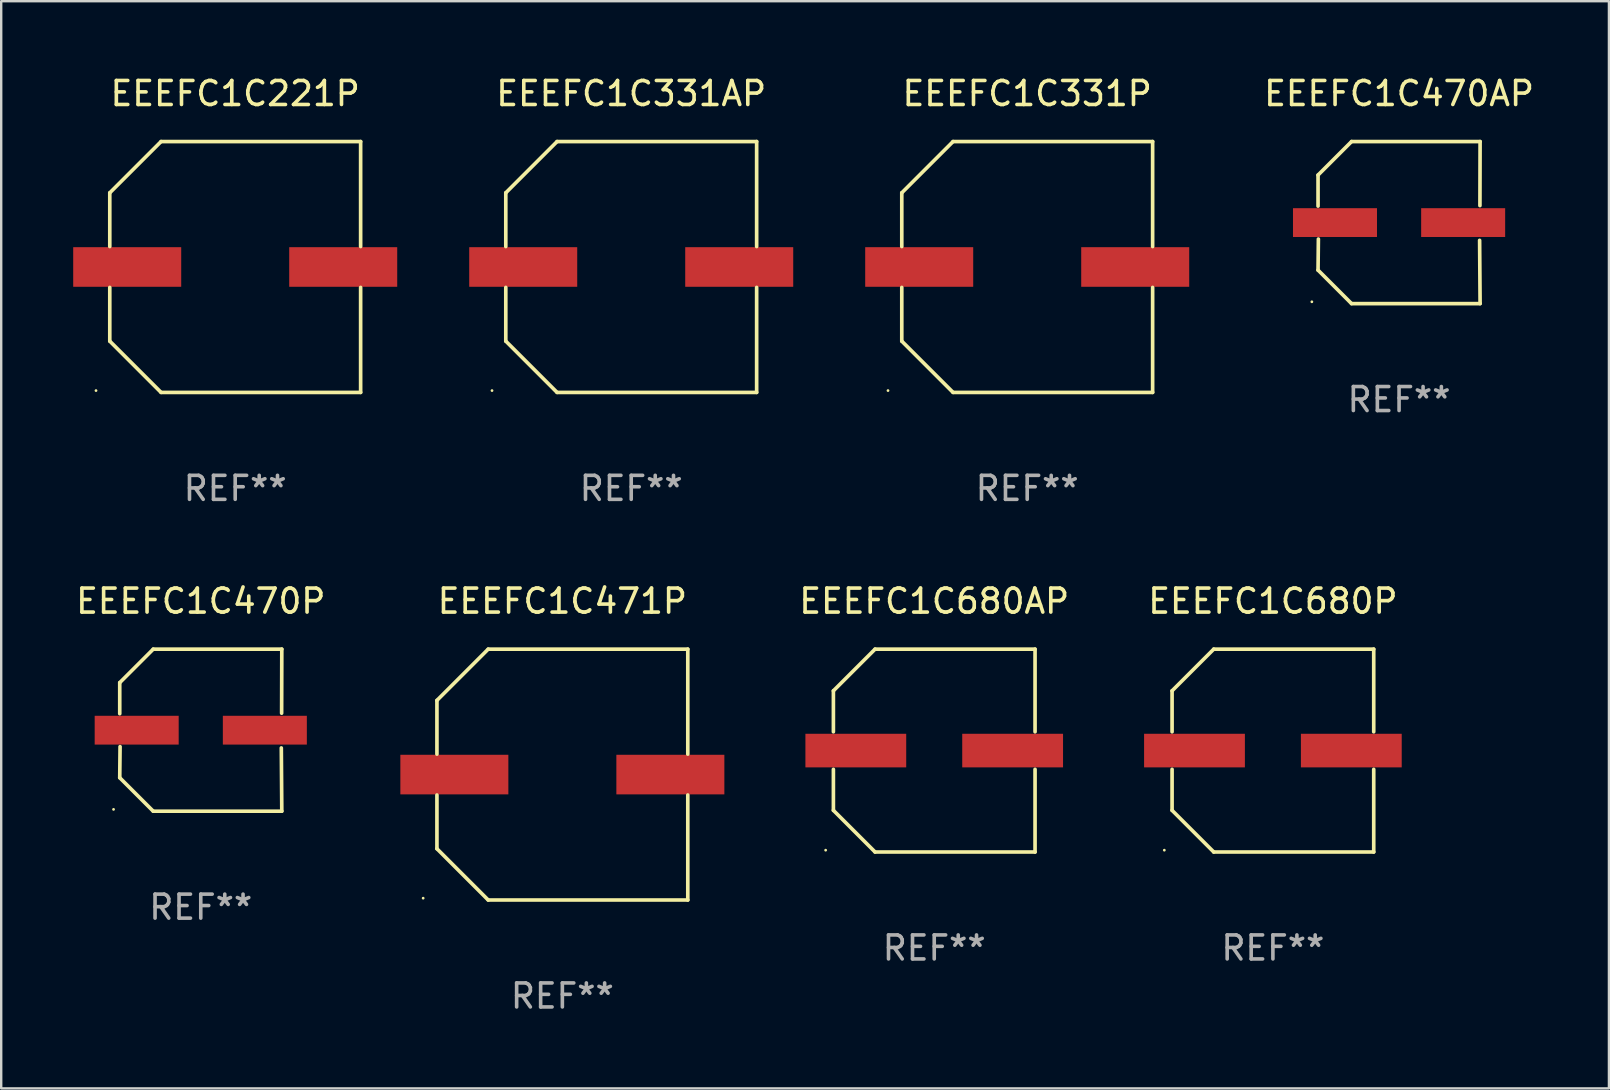
<source format=kicad_pcb>
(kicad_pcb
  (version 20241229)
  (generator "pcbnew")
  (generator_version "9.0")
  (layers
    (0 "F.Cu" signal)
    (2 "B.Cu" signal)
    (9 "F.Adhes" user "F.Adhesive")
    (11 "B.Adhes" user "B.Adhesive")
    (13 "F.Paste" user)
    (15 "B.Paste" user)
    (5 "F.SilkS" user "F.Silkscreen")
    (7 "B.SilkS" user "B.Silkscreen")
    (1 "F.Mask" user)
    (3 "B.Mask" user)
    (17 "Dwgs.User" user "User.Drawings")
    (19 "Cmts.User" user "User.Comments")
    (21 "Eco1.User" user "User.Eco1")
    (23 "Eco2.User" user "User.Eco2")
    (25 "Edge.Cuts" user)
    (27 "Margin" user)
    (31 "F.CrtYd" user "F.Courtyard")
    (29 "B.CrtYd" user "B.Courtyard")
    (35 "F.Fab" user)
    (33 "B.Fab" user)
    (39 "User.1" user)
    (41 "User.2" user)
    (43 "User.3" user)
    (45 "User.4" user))
  (footprint "EEEFC1C331P"
    (layer "F.Cu")
    (at 39.749 8.074)
    (property "Reference" "EEEFC1C331P" (at 0 -7.226 0) (layer "F.SilkS") (effects (font (size 1 1) (thickness 0.15))))
    (attr through_hole)
    (fp_line (start -5.226 -3.09) (end -5.226 -0.852) (stroke (width 0.152) (type solid)) (layer "F.SilkS"))
    (fp_line (start -5.226 3.09) (end -5.226 0.852) (stroke (width 0.152) (type solid)) (layer "F.SilkS"))
    (fp_line (start -3.09 -5.226) (end -5.226 -3.09) (stroke (width 0.152) (type solid)) (layer "F.SilkS"))
    (fp_line (start -3.09 5.226) (end -5.226 3.09) (stroke (width 0.152) (type solid)) (layer "F.SilkS"))
    (fp_line (start 5.226 -5.226) (end -3.09 -5.226) (stroke (width 0.152) (type solid)) (layer "F.SilkS"))
    (fp_line (start 5.226 -0.852) (end 5.226 -5.226) (stroke (width 0.152) (type solid)) (layer "F.SilkS"))
    (fp_line (start 5.226 0.852) (end 5.226 5.226) (stroke (width 0.152) (type solid)) (layer "F.SilkS"))
    (fp_line (start 5.226 5.226) (end -3.09 5.226) (stroke (width 0.152) (type solid)) (layer "F.SilkS"))
    (fp_circle (center -5.8 5.15) (end -5.77 5.15) (stroke (width 0.06) (type solid)) (fill no) (layer "F.SilkS"))
    (fp_text user "REF**" (at 0 9.226 0) (layer "F.Fab") (effects (font (size 1 1) (thickness 0.15))))
    (pad "1" smd rect (at -4.5 0) (size 4.5 1.65) (layers "F.Cu" "F.Mask" "F.Paste"))
    (pad "2" smd rect (at 4.5 0) (size 4.5 1.65) (layers "F.Cu" "F.Mask" "F.Paste")))
  (footprint "EEEFC1C471P"
    (layer "F.Cu")
    (at 20.381 29.223)
    (property "Reference" "EEEFC1C471P" (at 0 -7.226 0) (layer "F.SilkS") (effects (font (size 1 1) (thickness 0.15))))
    (attr through_hole)
    (fp_line (start -5.226 -3.09) (end -5.226 -0.852) (stroke (width 0.152) (type solid)) (layer "F.SilkS"))
    (fp_line (start -5.226 3.09) (end -5.226 0.852) (stroke (width 0.152) (type solid)) (layer "F.SilkS"))
    (fp_line (start -3.09 -5.226) (end -5.226 -3.09) (stroke (width 0.152) (type solid)) (layer "F.SilkS"))
    (fp_line (start -3.09 5.226) (end -5.226 3.09) (stroke (width 0.152) (type solid)) (layer "F.SilkS"))
    (fp_line (start 5.226 -5.226) (end -3.09 -5.226) (stroke (width 0.152) (type solid)) (layer "F.SilkS"))
    (fp_line (start 5.226 -0.852) (end 5.226 -5.226) (stroke (width 0.152) (type solid)) (layer "F.SilkS"))
    (fp_line (start 5.226 0.852) (end 5.226 5.226) (stroke (width 0.152) (type solid)) (layer "F.SilkS"))
    (fp_line (start 5.226 5.226) (end -3.09 5.226) (stroke (width 0.152) (type solid)) (layer "F.SilkS"))
    (fp_circle (center -5.8 5.15) (end -5.77 5.15) (stroke (width 0.06) (type solid)) (fill no) (layer "F.SilkS"))
    (fp_text user "REF**" (at 0 9.226 0) (layer "F.Fab") (effects (font (size 1 1) (thickness 0.15))))
    (pad "1" smd rect (at -4.5 0) (size 4.5 1.65) (layers "F.Cu" "F.Mask" "F.Paste"))
    (pad "2" smd rect (at 4.5 0) (size 4.5 1.65) (layers "F.Cu" "F.Mask" "F.Paste")))
  (footprint "EEEFC1C470AP"
    (layer "F.Cu")
    (at 55.243 6.224)
    (property "Reference" "EEEFC1C470AP" (at 0 -5.376 0) (layer "F.SilkS") (effects (font (size 1 1) (thickness 0.15))))
    (attr through_hole)
    (fp_line (start -3.376 -1.98) (end -3.376 -0.686) (stroke (width 0.152) (type solid)) (layer "F.SilkS"))
    (fp_line (start -3.376 1.981) (end -3.362 0.686) (stroke (width 0.152) (type solid)) (layer "F.SilkS"))
    (fp_line (start -1.981 3.376) (end -3.376 1.981) (stroke (width 0.152) (type solid)) (layer "F.SilkS"))
    (fp_line (start -1.98 -3.376) (end -3.376 -1.98) (stroke (width 0.152) (type solid)) (layer "F.SilkS"))
    (fp_line (start 3.356 0.74) (end 3.376 3.376) (stroke (width 0.152) (type solid)) (layer "F.SilkS"))
    (fp_line (start 3.369 -0.707) (end 3.376 -3.376) (stroke (width 0.152) (type solid)) (layer "F.SilkS"))
    (fp_line (start 3.376 3.376) (end -1.981 3.376) (stroke (width 0.152) (type solid)) (layer "F.SilkS"))
    (fp_line (start 3.376 -3.376) (end -1.98 -3.376) (stroke (width 0.152) (type solid)) (layer "F.SilkS"))
    (fp_circle (center -3.634 3.3) (end -3.604 3.3) (stroke (width 0.06) (type solid)) (fill no) (layer "F.SilkS"))
    (fp_text user "REF**" (at 0 7.376 0) (layer "F.Fab") (effects (font (size 1 1) (thickness 0.15))))
    (pad "1" smd rect (at -2.67 0.000254) (size 3.5 1.2) (layers "F.Cu" "F.Mask" "F.Paste"))
    (pad "2" smd rect (at 2.67 0.000254) (size 3.5 1.2) (layers "F.Cu" "F.Mask" "F.Paste")))
  (footprint "EEEFC1C331AP"
    (layer "F.Cu")
    (at 23.25 8.074)
    (property "Reference" "EEEFC1C331AP" (at 0 -7.226 0) (layer "F.SilkS") (effects (font (size 1 1) (thickness 0.15))))
    (attr through_hole)
    (fp_line (start -5.226 -3.09) (end -5.226 -0.852) (stroke (width 0.152) (type solid)) (layer "F.SilkS"))
    (fp_line (start -5.226 3.09) (end -5.226 0.852) (stroke (width 0.152) (type solid)) (layer "F.SilkS"))
    (fp_line (start -3.09 -5.226) (end -5.226 -3.09) (stroke (width 0.152) (type solid)) (layer "F.SilkS"))
    (fp_line (start -3.09 5.226) (end -5.226 3.09) (stroke (width 0.152) (type solid)) (layer "F.SilkS"))
    (fp_line (start 5.226 -5.226) (end -3.09 -5.226) (stroke (width 0.152) (type solid)) (layer "F.SilkS"))
    (fp_line (start 5.226 -0.852) (end 5.226 -5.226) (stroke (width 0.152) (type solid)) (layer "F.SilkS"))
    (fp_line (start 5.226 0.852) (end 5.226 5.226) (stroke (width 0.152) (type solid)) (layer "F.SilkS"))
    (fp_line (start 5.226 5.226) (end -3.09 5.226) (stroke (width 0.152) (type solid)) (layer "F.SilkS"))
    (fp_circle (center -5.8 5.15) (end -5.77 5.15) (stroke (width 0.06) (type solid)) (fill no) (layer "F.SilkS"))
    (fp_text user "REF**" (at 0 9.226 0) (layer "F.Fab") (effects (font (size 1 1) (thickness 0.15))))
    (pad "1" smd rect (at -4.5 0) (size 4.5 1.65) (layers "F.Cu" "F.Mask" "F.Paste"))
    (pad "2" smd rect (at 4.5 0) (size 4.5 1.65) (layers "F.Cu" "F.Mask" "F.Paste")))
  (footprint "EEEFC1C221P"
    (layer "F.Cu")
    (at 6.75 8.074)
    (property "Reference" "EEEFC1C221P" (at 0 -7.226 0) (layer "F.SilkS") (effects (font (size 1 1) (thickness 0.15))))
    (attr through_hole)
    (fp_line (start -5.226 -3.09) (end -5.226 -0.852) (stroke (width 0.152) (type solid)) (layer "F.SilkS"))
    (fp_line (start -5.226 3.09) (end -5.226 0.852) (stroke (width 0.152) (type solid)) (layer "F.SilkS"))
    (fp_line (start -3.09 -5.226) (end -5.226 -3.09) (stroke (width 0.152) (type solid)) (layer "F.SilkS"))
    (fp_line (start -3.09 5.226) (end -5.226 3.09) (stroke (width 0.152) (type solid)) (layer "F.SilkS"))
    (fp_line (start 5.226 -5.226) (end -3.09 -5.226) (stroke (width 0.152) (type solid)) (layer "F.SilkS"))
    (fp_line (start 5.226 -0.852) (end 5.226 -5.226) (stroke (width 0.152) (type solid)) (layer "F.SilkS"))
    (fp_line (start 5.226 0.852) (end 5.226 5.226) (stroke (width 0.152) (type solid)) (layer "F.SilkS"))
    (fp_line (start 5.226 5.226) (end -3.09 5.226) (stroke (width 0.152) (type solid)) (layer "F.SilkS"))
    (fp_circle (center -5.8 5.15) (end -5.77 5.15) (stroke (width 0.06) (type solid)) (fill no) (layer "F.SilkS"))
    (fp_text user "REF**" (at 0 9.226 0) (layer "F.Fab") (effects (font (size 1 1) (thickness 0.15))))
    (pad "1" smd rect (at -4.5 0) (size 4.5 1.65) (layers "F.Cu" "F.Mask" "F.Paste"))
    (pad "2" smd rect (at 4.5 0) (size 4.5 1.65) (layers "F.Cu" "F.Mask" "F.Paste")))
  (footprint "EEEFC1C470P"
    (layer "F.Cu")
    (at 5.315 27.373)
    (property "Reference" "EEEFC1C470P" (at 0 -5.376 0) (layer "F.SilkS") (effects (font (size 1 1) (thickness 0.15))))
    (attr through_hole)
    (fp_line (start -3.376 -1.98) (end -3.376 -0.686) (stroke (width 0.152) (type solid)) (layer "F.SilkS"))
    (fp_line (start -3.376 1.981) (end -3.362 0.686) (stroke (width 0.152) (type solid)) (layer "F.SilkS"))
    (fp_line (start -1.981 3.376) (end -3.376 1.981) (stroke (width 0.152) (type solid)) (layer "F.SilkS"))
    (fp_line (start -1.98 -3.376) (end -3.376 -1.98) (stroke (width 0.152) (type solid)) (layer "F.SilkS"))
    (fp_line (start 3.356 0.74) (end 3.376 3.376) (stroke (width 0.152) (type solid)) (layer "F.SilkS"))
    (fp_line (start 3.369 -0.707) (end 3.376 -3.376) (stroke (width 0.152) (type solid)) (layer "F.SilkS"))
    (fp_line (start 3.376 3.376) (end -1.981 3.376) (stroke (width 0.152) (type solid)) (layer "F.SilkS"))
    (fp_line (start 3.376 -3.376) (end -1.98 -3.376) (stroke (width 0.152) (type solid)) (layer "F.SilkS"))
    (fp_circle (center -3.634 3.3) (end -3.604 3.3) (stroke (width 0.06) (type solid)) (fill no) (layer "F.SilkS"))
    (fp_text user "REF**" (at 0 7.376 0) (layer "F.Fab") (effects (font (size 1 1) (thickness 0.15))))
    (pad "1" smd rect (at -2.67 0.000254) (size 3.5 1.2) (layers "F.Cu" "F.Mask" "F.Paste"))
    (pad "2" smd rect (at 2.67 0.000254) (size 3.5 1.2) (layers "F.Cu" "F.Mask" "F.Paste")))
  (footprint "EEEFC1C680P"
    (layer "F.Cu")
    (at 49.986 28.223)
    (property "Reference" "EEEFC1C680P" (at 0 -6.226 0) (layer "F.SilkS") (effects (font (size 1 1) (thickness 0.15))))
    (attr through_hole)
    (fp_line (start -4.201 -2.49) (end -4.201 -0.782) (stroke (width 0.152) (type solid)) (layer "F.SilkS"))
    (fp_line (start -4.201 2.49) (end -4.201 0.782) (stroke (width 0.152) (type solid)) (layer "F.SilkS"))
    (fp_line (start -2.465 -4.226) (end -4.201 -2.49) (stroke (width 0.152) (type solid)) (layer "F.SilkS"))
    (fp_line (start -2.465 4.226) (end -4.201 2.49) (stroke (width 0.152) (type solid)) (layer "F.SilkS"))
    (fp_line (start 4.201 -4.226) (end -2.465 -4.226) (stroke (width 0.152) (type solid)) (layer "F.SilkS"))
    (fp_line (start 4.201 -0.782) (end 4.201 -4.226) (stroke (width 0.152) (type solid)) (layer "F.SilkS"))
    (fp_line (start 4.201 0.782) (end 4.201 4.226) (stroke (width 0.152) (type solid)) (layer "F.SilkS"))
    (fp_line (start 4.201 4.226) (end -2.465 4.226) (stroke (width 0.152) (type solid)) (layer "F.SilkS"))
    (fp_circle (center -4.524 4.15) (end -4.494 4.15) (stroke (width 0.06) (type solid)) (fill no) (layer "F.SilkS"))
    (fp_text user "REF**" (at 0 8.226 0) (layer "F.Fab") (effects (font (size 1 1) (thickness 0.15))))
    (pad "1" smd rect (at -3.267 0) (size 4.2 1.4) (layers "F.Cu" "F.Mask" "F.Paste"))
    (pad "2" smd rect (at 3.267 0) (size 4.2 1.4) (layers "F.Cu" "F.Mask" "F.Paste")))
  (footprint "EEEFC1C680AP"
    (layer "F.Cu")
    (at 35.875 28.223)
    (property "Reference" "EEEFC1C680AP" (at 0 -6.226 0) (layer "F.SilkS") (effects (font (size 1 1) (thickness 0.15))))
    (attr through_hole)
    (fp_line (start -4.201 -2.49) (end -4.201 -0.782) (stroke (width 0.152) (type solid)) (layer "F.SilkS"))
    (fp_line (start -4.201 2.49) (end -4.201 0.782) (stroke (width 0.152) (type solid)) (layer "F.SilkS"))
    (fp_line (start -2.465 -4.226) (end -4.201 -2.49) (stroke (width 0.152) (type solid)) (layer "F.SilkS"))
    (fp_line (start -2.465 4.226) (end -4.201 2.49) (stroke (width 0.152) (type solid)) (layer "F.SilkS"))
    (fp_line (start 4.201 -4.226) (end -2.465 -4.226) (stroke (width 0.152) (type solid)) (layer "F.SilkS"))
    (fp_line (start 4.201 -0.782) (end 4.201 -4.226) (stroke (width 0.152) (type solid)) (layer "F.SilkS"))
    (fp_line (start 4.201 0.782) (end 4.201 4.226) (stroke (width 0.152) (type solid)) (layer "F.SilkS"))
    (fp_line (start 4.201 4.226) (end -2.465 4.226) (stroke (width 0.152) (type solid)) (layer "F.SilkS"))
    (fp_circle (center -4.524 4.15) (end -4.494 4.15) (stroke (width 0.06) (type solid)) (fill no) (layer "F.SilkS"))
    (fp_text user "REF**" (at 0 8.226 0) (layer "F.Fab") (effects (font (size 1 1) (thickness 0.15))))
    (pad "1" smd rect (at -3.267 0) (size 4.2 1.4) (layers "F.Cu" "F.Mask" "F.Paste"))
    (pad "2" smd rect (at 3.267 0) (size 4.2 1.4) (layers "F.Cu" "F.Mask" "F.Paste")))
  (gr_rect
    (start -3 -3)
    (end 63.987 42.298)
    (stroke (width 0.1) (type default))
    (fill no)
    (layer "Edge.Cuts")))
</source>
